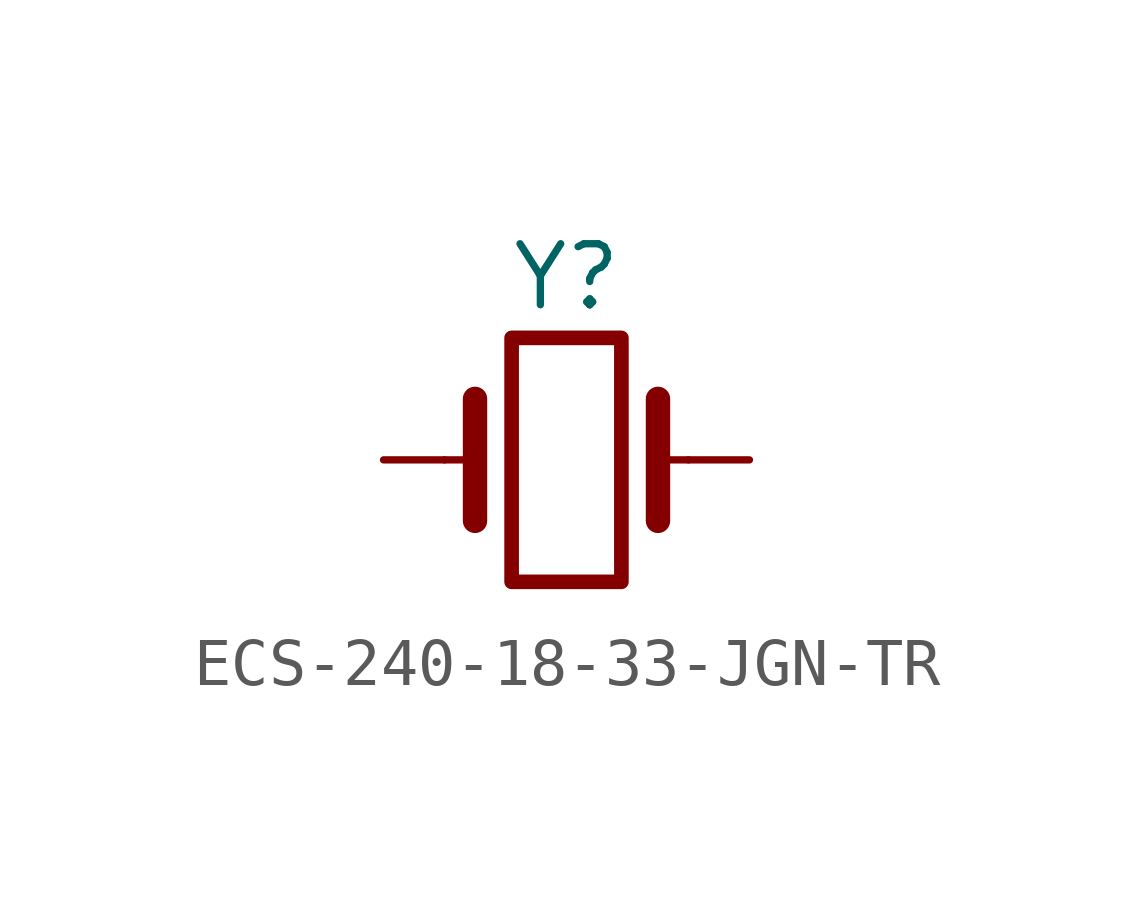
<source format=kicad_sym>
(kicad_symbol_lib
  (version 20220914)
  (generator kicad_symbol_editor)
  (symbol "ECS-240-18-33-JGN-TR"
    (pin_numbers hide)
    (pin_names
      (offset 1.016) hide)
    (property "Reference" "Y"
      (at 0 3.81 0)
      (effects (font (size 1.27 1.27))))
    (symbol "ECS-240-18-33-JGN-TR_0_1"
      (rectangle (start -1.143 2.54) (end 1.143 -2.54) (stroke (width 0.305) (type default)) (fill (type none)))
      (polyline (pts (xy -2.54 0) (xy -1.905 0)) (stroke (width 0) (type default)) (fill (type none)))
      (polyline (pts (xy -1.905 -1.27) (xy -1.905 1.27)) (stroke (width 0.508) (type default)) (fill (type none)))
      (polyline (pts (xy 1.905 -1.27) (xy 1.905 1.27)) (stroke (width 0.508) (type default)) (fill (type none)))
      (polyline (pts (xy 2.54 0) (xy 1.905 0)) (stroke (width 0) (type default)) (fill (type none))))
    (symbol "ECS-240-18-33-JGN-TR_1_1"
      (pin passive line (at -3.81 0 0) (length 1.27) (name "1" (effects (font (size 1.27 1.27)))) (number "1" (effects (font (size 1.27 1.27)))))
      (pin passive line (at 3.81 0 180) (length 1.27) (name "3" (effects (font (size 1.27 1.27)))) (number "3" (effects (font (size 1.27 1.27))))))))
</source>
